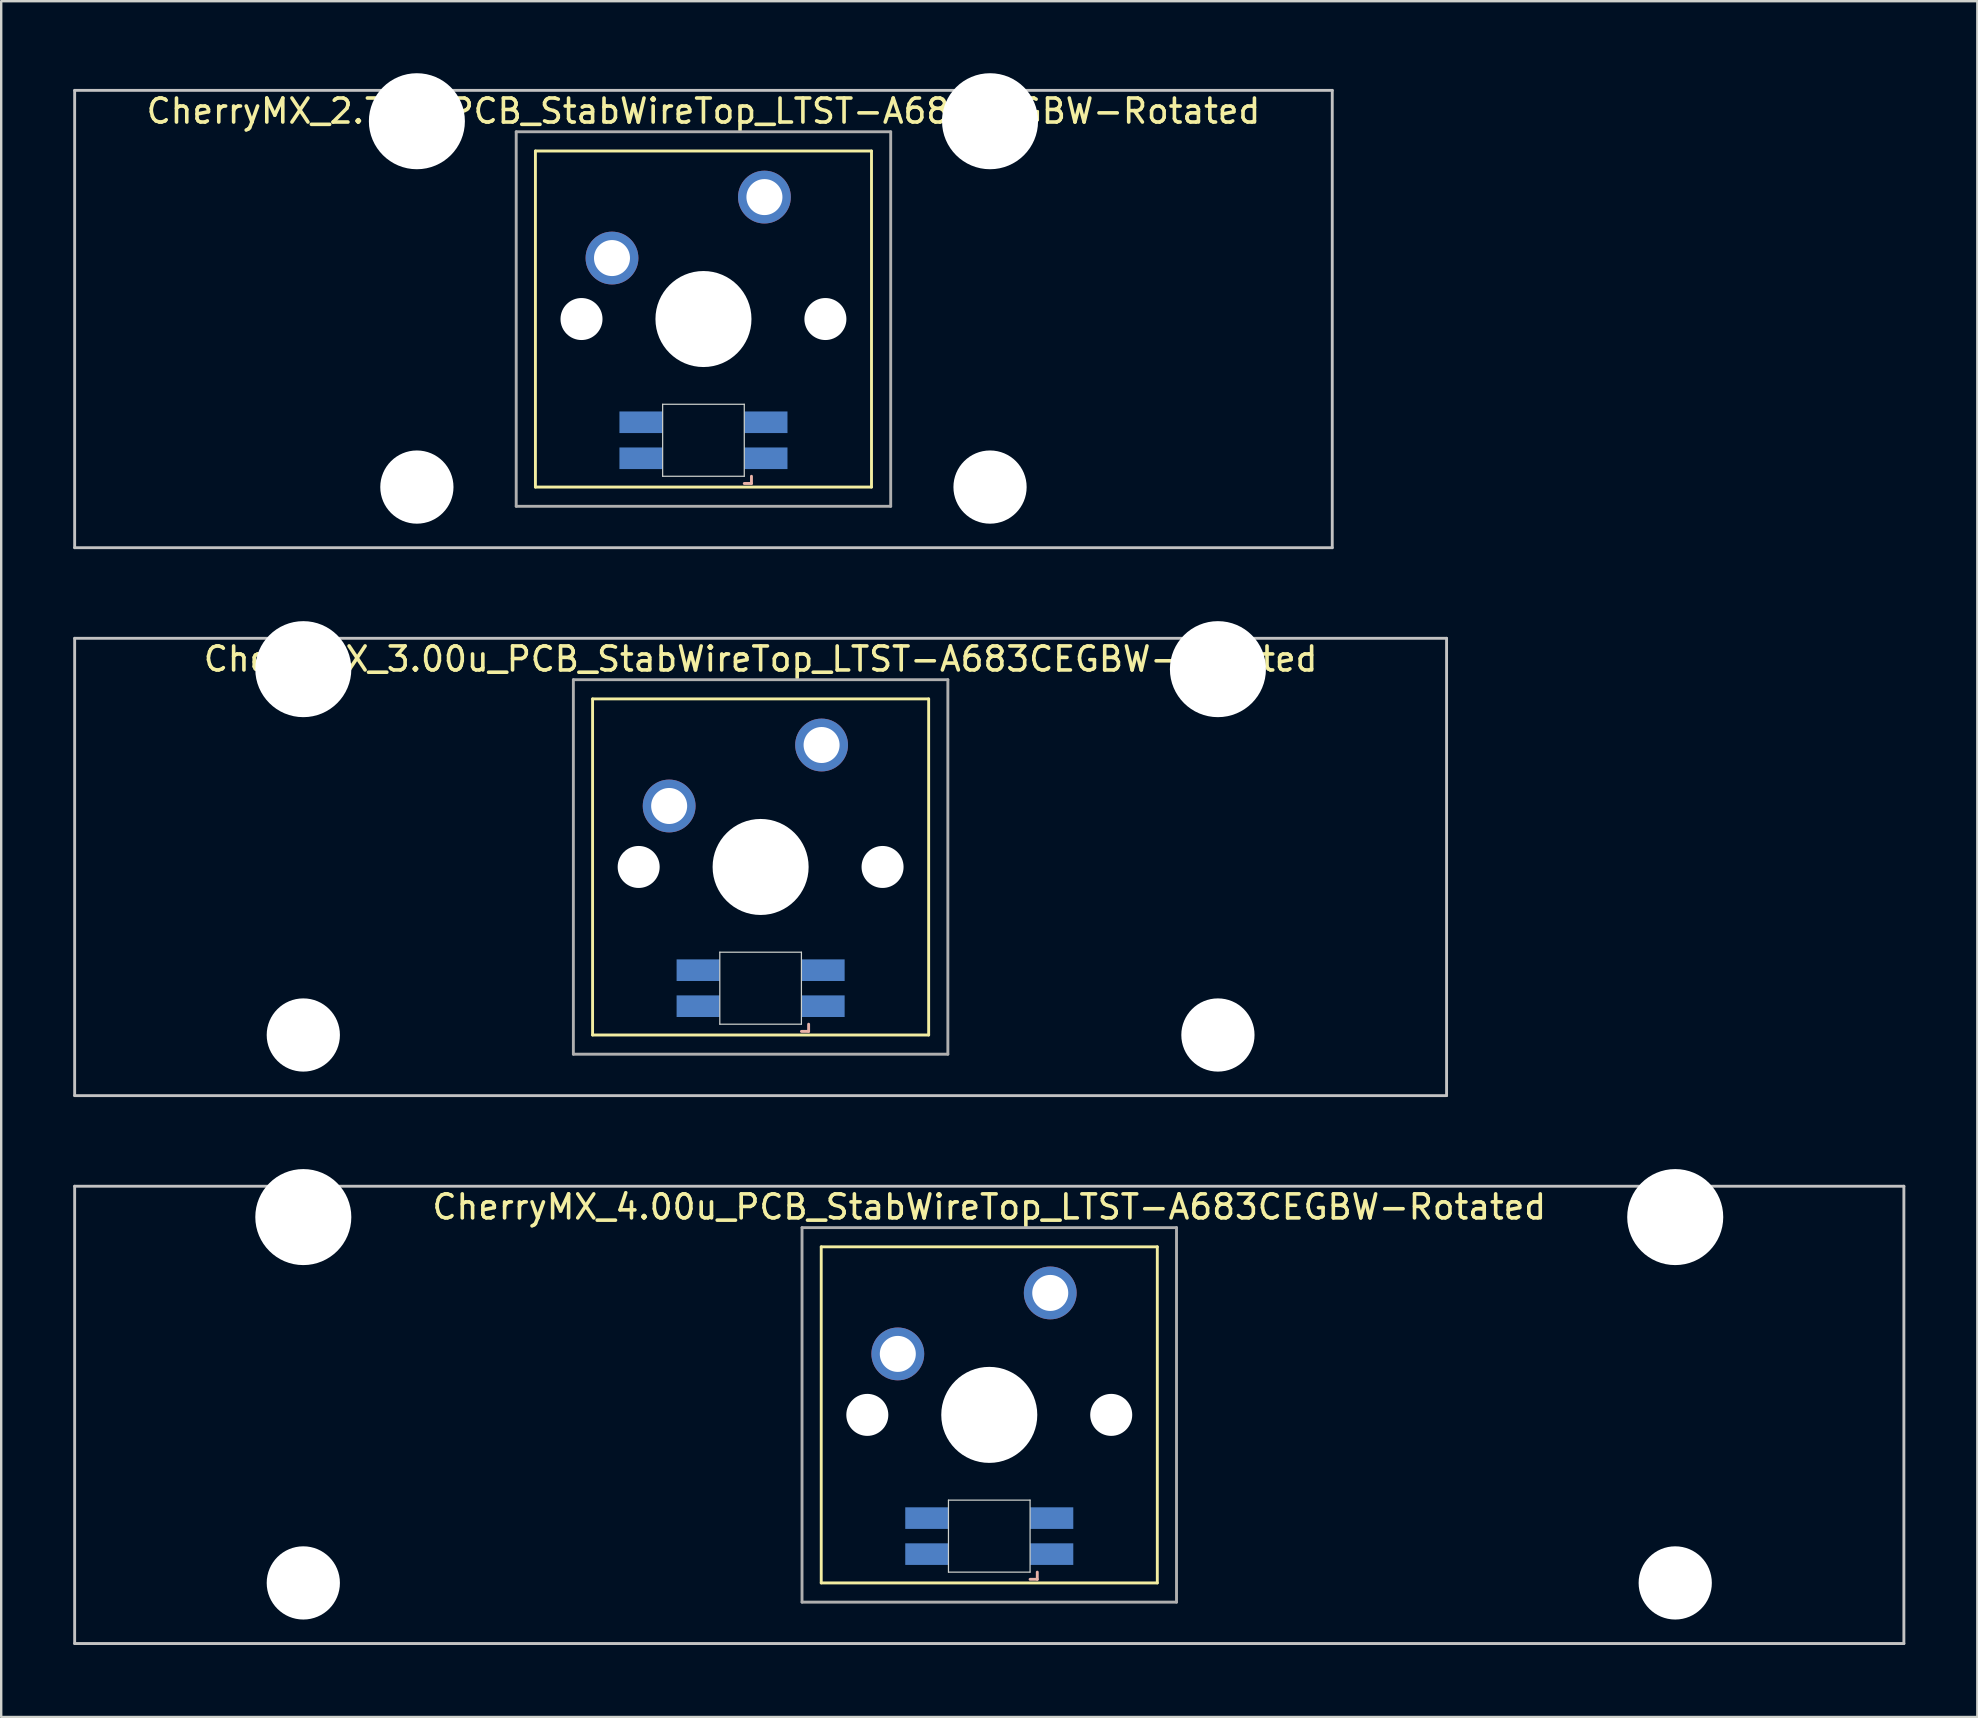
<source format=kicad_pcb>
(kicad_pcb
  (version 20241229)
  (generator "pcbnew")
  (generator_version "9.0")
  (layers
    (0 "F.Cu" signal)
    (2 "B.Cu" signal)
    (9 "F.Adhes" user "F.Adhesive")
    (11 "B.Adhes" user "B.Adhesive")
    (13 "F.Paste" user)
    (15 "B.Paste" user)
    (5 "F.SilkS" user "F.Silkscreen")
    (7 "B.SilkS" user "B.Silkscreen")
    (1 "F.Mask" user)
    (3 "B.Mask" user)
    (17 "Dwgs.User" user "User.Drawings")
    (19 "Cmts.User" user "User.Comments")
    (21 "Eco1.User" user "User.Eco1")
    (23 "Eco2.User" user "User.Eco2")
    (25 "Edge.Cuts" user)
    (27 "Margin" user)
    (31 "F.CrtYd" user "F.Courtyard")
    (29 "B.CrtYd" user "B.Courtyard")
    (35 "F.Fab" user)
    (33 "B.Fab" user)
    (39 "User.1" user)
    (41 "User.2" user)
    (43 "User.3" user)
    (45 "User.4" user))
  (footprint "CherryMX_2.75u_PCB_StabWireTop_LTST-A683CEGBW-Rotated"
    (layer "F.Cu")
    (at 26.254 10.24)
    (property "Reference" "CherryMX_2.75u_PCB_StabWireTop_LTST-A683CEGBW-Rotated" (at 0 -8.662 0) (layer "F.SilkS") (effects (font (size 1 1) (thickness 0.15))))
    (attr through_hole)
    (fp_line (start -7 -7) (end -7 7) (stroke (width 0.12) (type solid)) (layer "F.SilkS"))
    (fp_line (start -7 -7) (end 7 -7) (stroke (width 0.12) (type solid)) (layer "F.SilkS"))
    (fp_line (start 7 -7) (end 7 7) (stroke (width 0.12) (type solid)) (layer "F.SilkS"))
    (fp_line (start 7 7) (end -7 7) (stroke (width 0.12) (type solid)) (layer "F.SilkS"))
    (fp_line (start 1.7 6.85) (end 2 6.85) (stroke (width 0.12) (type solid)) (layer "B.SilkS"))
    (fp_line (start 2 6.85) (end 2 6.55) (stroke (width 0.12) (type solid)) (layer "B.SilkS"))
    (fp_line (start -26.194 -9.525) (end 26.194 -9.525) (stroke (width 0.12) (type solid)) (layer "Dwgs.User"))
    (fp_line (start -26.194 9.525) (end -26.194 -9.525) (stroke (width 0.12) (type solid)) (layer "Dwgs.User"))
    (fp_line (start 26.194 -9.525) (end 26.194 9.525) (stroke (width 0.12) (type solid)) (layer "Dwgs.User"))
    (fp_line (start 26.194 9.525) (end -26.194 9.525) (stroke (width 0.12) (type solid)) (layer "Dwgs.User"))
    (fp_line (start -1.7 3.55) (end 1.7 3.55) (stroke (width 0.05) (type solid)) (layer "Edge.Cuts"))
    (fp_line (start -1.7 6.55) (end -1.7 3.55) (stroke (width 0.05) (type solid)) (layer "Edge.Cuts"))
    (fp_line (start 1.7 3.55) (end 1.7 6.55) (stroke (width 0.05) (type solid)) (layer "Edge.Cuts"))
    (fp_line (start 1.7 6.55) (end -1.7 6.55) (stroke (width 0.05) (type solid)) (layer "Edge.Cuts"))
    (fp_line (start -7.8 -7.8) (end -7.8 7.8) (stroke (width 0.12) (type solid)) (layer "F.Fab"))
    (fp_line (start -7.8 -7.8) (end 7.8 -7.8) (stroke (width 0.12) (type solid)) (layer "F.Fab"))
    (fp_line (start -7.8 7.8) (end 7.8 7.8) (stroke (width 0.12) (type solid)) (layer "F.Fab"))
    (fp_line (start 7.8 -7.8) (end 7.8 7.8) (stroke (width 0.12) (type solid)) (layer "F.Fab"))
    (pad "" np_thru_hole circle (at -11.938 -8.24) (size 4 4) (drill 4) (layers "*.Cu" "*.Mask"))
    (pad "" np_thru_hole circle (at -11.938 7) (size 3.05 3.05) (drill 3.05) (layers "*.Cu" "*.Mask"))
    (pad "" np_thru_hole circle (at -5.08 0) (size 1.75 1.75) (drill 1.75) (layers "*.Cu" "*.Mask"))
    (pad "" np_thru_hole circle (at 0 0) (size 4 4) (drill 4) (layers "*.Cu" "*.Mask"))
    (pad "" np_thru_hole circle (at 5.08 0) (size 1.75 1.75) (drill 1.75) (layers "*.Cu" "*.Mask"))
    (pad "" np_thru_hole circle (at 11.938 -8.24) (size 4 4) (drill 4) (layers "*.Cu" "*.Mask"))
    (pad "" np_thru_hole circle (at 11.938 7) (size 3.05 3.05) (drill 3.05) (layers "*.Cu" "*.Mask"))
    (pad "1" thru_hole circle (at -3.81 -2.54) (size 2.2 2.2) (drill 1.5) (layers "*.Cu" "*.Mask"))
    (pad "2" thru_hole circle (at 2.54 -5.08) (size 2.2 2.2) (drill 1.5) (layers "*.Cu" "*.Mask"))
    (pad "3" smd rect (at 2.6 5.8) (size 1.8 0.9) (layers "B.Cu" "B.Mask" "B.Paste"))
    (pad "4" smd rect (at 2.6 4.3) (size 1.8 0.9) (layers "B.Cu" "B.Mask" "B.Paste"))
    (pad "5" smd rect (at -2.6 5.8) (size 1.8 0.9) (layers "B.Cu" "B.Mask" "B.Paste"))
    (pad "6" smd rect (at -2.6 4.3) (size 1.8 0.9) (layers "B.Cu" "B.Mask" "B.Paste")))
  (footprint "CherryMX_4.00u_PCB_StabWireTop_LTST-A683CEGBW-Rotated"
    (layer "F.Cu")
    (at 38.16 55.89)
    (property "Reference" "CherryMX_4.00u_PCB_StabWireTop_LTST-A683CEGBW-Rotated" (at 0 -8.662 0) (layer "F.SilkS") (effects (font (size 1 1) (thickness 0.15))))
    (attr through_hole)
    (fp_line (start -7 -7) (end -7 7) (stroke (width 0.12) (type solid)) (layer "F.SilkS"))
    (fp_line (start -7 -7) (end 7 -7) (stroke (width 0.12) (type solid)) (layer "F.SilkS"))
    (fp_line (start 7 -7) (end 7 7) (stroke (width 0.12) (type solid)) (layer "F.SilkS"))
    (fp_line (start 7 7) (end -7 7) (stroke (width 0.12) (type solid)) (layer "F.SilkS"))
    (fp_line (start 1.7 6.85) (end 2 6.85) (stroke (width 0.12) (type solid)) (layer "B.SilkS"))
    (fp_line (start 2 6.85) (end 2 6.55) (stroke (width 0.12) (type solid)) (layer "B.SilkS"))
    (fp_line (start -38.1 -9.525) (end 38.1 -9.525) (stroke (width 0.12) (type solid)) (layer "Dwgs.User"))
    (fp_line (start -38.1 9.525) (end -38.1 -9.525) (stroke (width 0.12) (type solid)) (layer "Dwgs.User"))
    (fp_line (start 38.1 -9.525) (end 38.1 9.525) (stroke (width 0.12) (type solid)) (layer "Dwgs.User"))
    (fp_line (start 38.1 9.525) (end -38.1 9.525) (stroke (width 0.12) (type solid)) (layer "Dwgs.User"))
    (fp_line (start -1.7 3.55) (end 1.7 3.55) (stroke (width 0.05) (type solid)) (layer "Edge.Cuts"))
    (fp_line (start -1.7 6.55) (end -1.7 3.55) (stroke (width 0.05) (type solid)) (layer "Edge.Cuts"))
    (fp_line (start 1.7 3.55) (end 1.7 6.55) (stroke (width 0.05) (type solid)) (layer "Edge.Cuts"))
    (fp_line (start 1.7 6.55) (end -1.7 6.55) (stroke (width 0.05) (type solid)) (layer "Edge.Cuts"))
    (fp_line (start -7.8 -7.8) (end -7.8 7.8) (stroke (width 0.12) (type solid)) (layer "F.Fab"))
    (fp_line (start -7.8 -7.8) (end 7.8 -7.8) (stroke (width 0.12) (type solid)) (layer "F.Fab"))
    (fp_line (start -7.8 7.8) (end 7.8 7.8) (stroke (width 0.12) (type solid)) (layer "F.Fab"))
    (fp_line (start 7.8 -7.8) (end 7.8 7.8) (stroke (width 0.12) (type solid)) (layer "F.Fab"))
    (pad "" np_thru_hole circle (at -28.575 -8.24) (size 4 4) (drill 4) (layers "*.Cu" "*.Mask"))
    (pad "" np_thru_hole circle (at -28.575 7) (size 3.05 3.05) (drill 3.05) (layers "*.Cu" "*.Mask"))
    (pad "" np_thru_hole circle (at -5.08 0) (size 1.75 1.75) (drill 1.75) (layers "*.Cu" "*.Mask"))
    (pad "" np_thru_hole circle (at 0 0) (size 4 4) (drill 4) (layers "*.Cu" "*.Mask"))
    (pad "" np_thru_hole circle (at 5.08 0) (size 1.75 1.75) (drill 1.75) (layers "*.Cu" "*.Mask"))
    (pad "" np_thru_hole circle (at 28.575 -8.24) (size 4 4) (drill 4) (layers "*.Cu" "*.Mask"))
    (pad "" np_thru_hole circle (at 28.575 7) (size 3.05 3.05) (drill 3.05) (layers "*.Cu" "*.Mask"))
    (pad "1" thru_hole circle (at -3.81 -2.54) (size 2.2 2.2) (drill 1.5) (layers "*.Cu" "*.Mask"))
    (pad "2" thru_hole circle (at 2.54 -5.08) (size 2.2 2.2) (drill 1.5) (layers "*.Cu" "*.Mask"))
    (pad "3" smd rect (at 2.6 5.8) (size 1.8 0.9) (layers "B.Cu" "B.Mask" "B.Paste"))
    (pad "4" smd rect (at 2.6 4.3) (size 1.8 0.9) (layers "B.Cu" "B.Mask" "B.Paste"))
    (pad "5" smd rect (at -2.6 5.8) (size 1.8 0.9) (layers "B.Cu" "B.Mask" "B.Paste"))
    (pad "6" smd rect (at -2.6 4.3) (size 1.8 0.9) (layers "B.Cu" "B.Mask" "B.Paste")))
  (footprint "CherryMX_3.00u_PCB_StabWireTop_LTST-A683CEGBW-Rotated"
    (layer "F.Cu")
    (at 28.635 33.065)
    (property "Reference" "CherryMX_3.00u_PCB_StabWireTop_LTST-A683CEGBW-Rotated" (at 0 -8.662 0) (layer "F.SilkS") (effects (font (size 1 1) (thickness 0.15))))
    (attr through_hole)
    (fp_line (start -7 -7) (end -7 7) (stroke (width 0.12) (type solid)) (layer "F.SilkS"))
    (fp_line (start -7 -7) (end 7 -7) (stroke (width 0.12) (type solid)) (layer "F.SilkS"))
    (fp_line (start 7 -7) (end 7 7) (stroke (width 0.12) (type solid)) (layer "F.SilkS"))
    (fp_line (start 7 7) (end -7 7) (stroke (width 0.12) (type solid)) (layer "F.SilkS"))
    (fp_line (start 1.7 6.85) (end 2 6.85) (stroke (width 0.12) (type solid)) (layer "B.SilkS"))
    (fp_line (start 2 6.85) (end 2 6.55) (stroke (width 0.12) (type solid)) (layer "B.SilkS"))
    (fp_line (start -28.575 -9.525) (end 28.575 -9.525) (stroke (width 0.12) (type solid)) (layer "Dwgs.User"))
    (fp_line (start -28.575 9.525) (end -28.575 -9.525) (stroke (width 0.12) (type solid)) (layer "Dwgs.User"))
    (fp_line (start 28.575 -9.525) (end 28.575 9.525) (stroke (width 0.12) (type solid)) (layer "Dwgs.User"))
    (fp_line (start 28.575 9.525) (end -28.575 9.525) (stroke (width 0.12) (type solid)) (layer "Dwgs.User"))
    (fp_line (start -1.7 3.55) (end 1.7 3.55) (stroke (width 0.05) (type solid)) (layer "Edge.Cuts"))
    (fp_line (start -1.7 6.55) (end -1.7 3.55) (stroke (width 0.05) (type solid)) (layer "Edge.Cuts"))
    (fp_line (start 1.7 3.55) (end 1.7 6.55) (stroke (width 0.05) (type solid)) (layer "Edge.Cuts"))
    (fp_line (start 1.7 6.55) (end -1.7 6.55) (stroke (width 0.05) (type solid)) (layer "Edge.Cuts"))
    (fp_line (start -7.8 -7.8) (end -7.8 7.8) (stroke (width 0.12) (type solid)) (layer "F.Fab"))
    (fp_line (start -7.8 -7.8) (end 7.8 -7.8) (stroke (width 0.12) (type solid)) (layer "F.Fab"))
    (fp_line (start -7.8 7.8) (end 7.8 7.8) (stroke (width 0.12) (type solid)) (layer "F.Fab"))
    (fp_line (start 7.8 -7.8) (end 7.8 7.8) (stroke (width 0.12) (type solid)) (layer "F.Fab"))
    (pad "" np_thru_hole circle (at -19.05 -8.24) (size 4 4) (drill 4) (layers "*.Cu" "*.Mask"))
    (pad "" np_thru_hole circle (at -19.05 7) (size 3.05 3.05) (drill 3.05) (layers "*.Cu" "*.Mask"))
    (pad "" np_thru_hole circle (at -5.08 0) (size 1.75 1.75) (drill 1.75) (layers "*.Cu" "*.Mask"))
    (pad "" np_thru_hole circle (at 0 0) (size 4 4) (drill 4) (layers "*.Cu" "*.Mask"))
    (pad "" np_thru_hole circle (at 5.08 0) (size 1.75 1.75) (drill 1.75) (layers "*.Cu" "*.Mask"))
    (pad "" np_thru_hole circle (at 19.05 -8.24) (size 4 4) (drill 4) (layers "*.Cu" "*.Mask"))
    (pad "" np_thru_hole circle (at 19.05 7) (size 3.05 3.05) (drill 3.05) (layers "*.Cu" "*.Mask"))
    (pad "1" thru_hole circle (at -3.81 -2.54) (size 2.2 2.2) (drill 1.5) (layers "*.Cu" "*.Mask"))
    (pad "2" thru_hole circle (at 2.54 -5.08) (size 2.2 2.2) (drill 1.5) (layers "*.Cu" "*.Mask"))
    (pad "3" smd rect (at 2.6 5.8) (size 1.8 0.9) (layers "B.Cu" "B.Mask" "B.Paste"))
    (pad "4" smd rect (at 2.6 4.3) (size 1.8 0.9) (layers "B.Cu" "B.Mask" "B.Paste"))
    (pad "5" smd rect (at -2.6 5.8) (size 1.8 0.9) (layers "B.Cu" "B.Mask" "B.Paste"))
    (pad "6" smd rect (at -2.6 4.3) (size 1.8 0.9) (layers "B.Cu" "B.Mask" "B.Paste")))
  (gr_rect
    (start -3 -3)
    (end 79.32 68.475)
    (stroke (width 0.1) (type default))
    (fill no)
    (layer "Edge.Cuts")))
</source>
